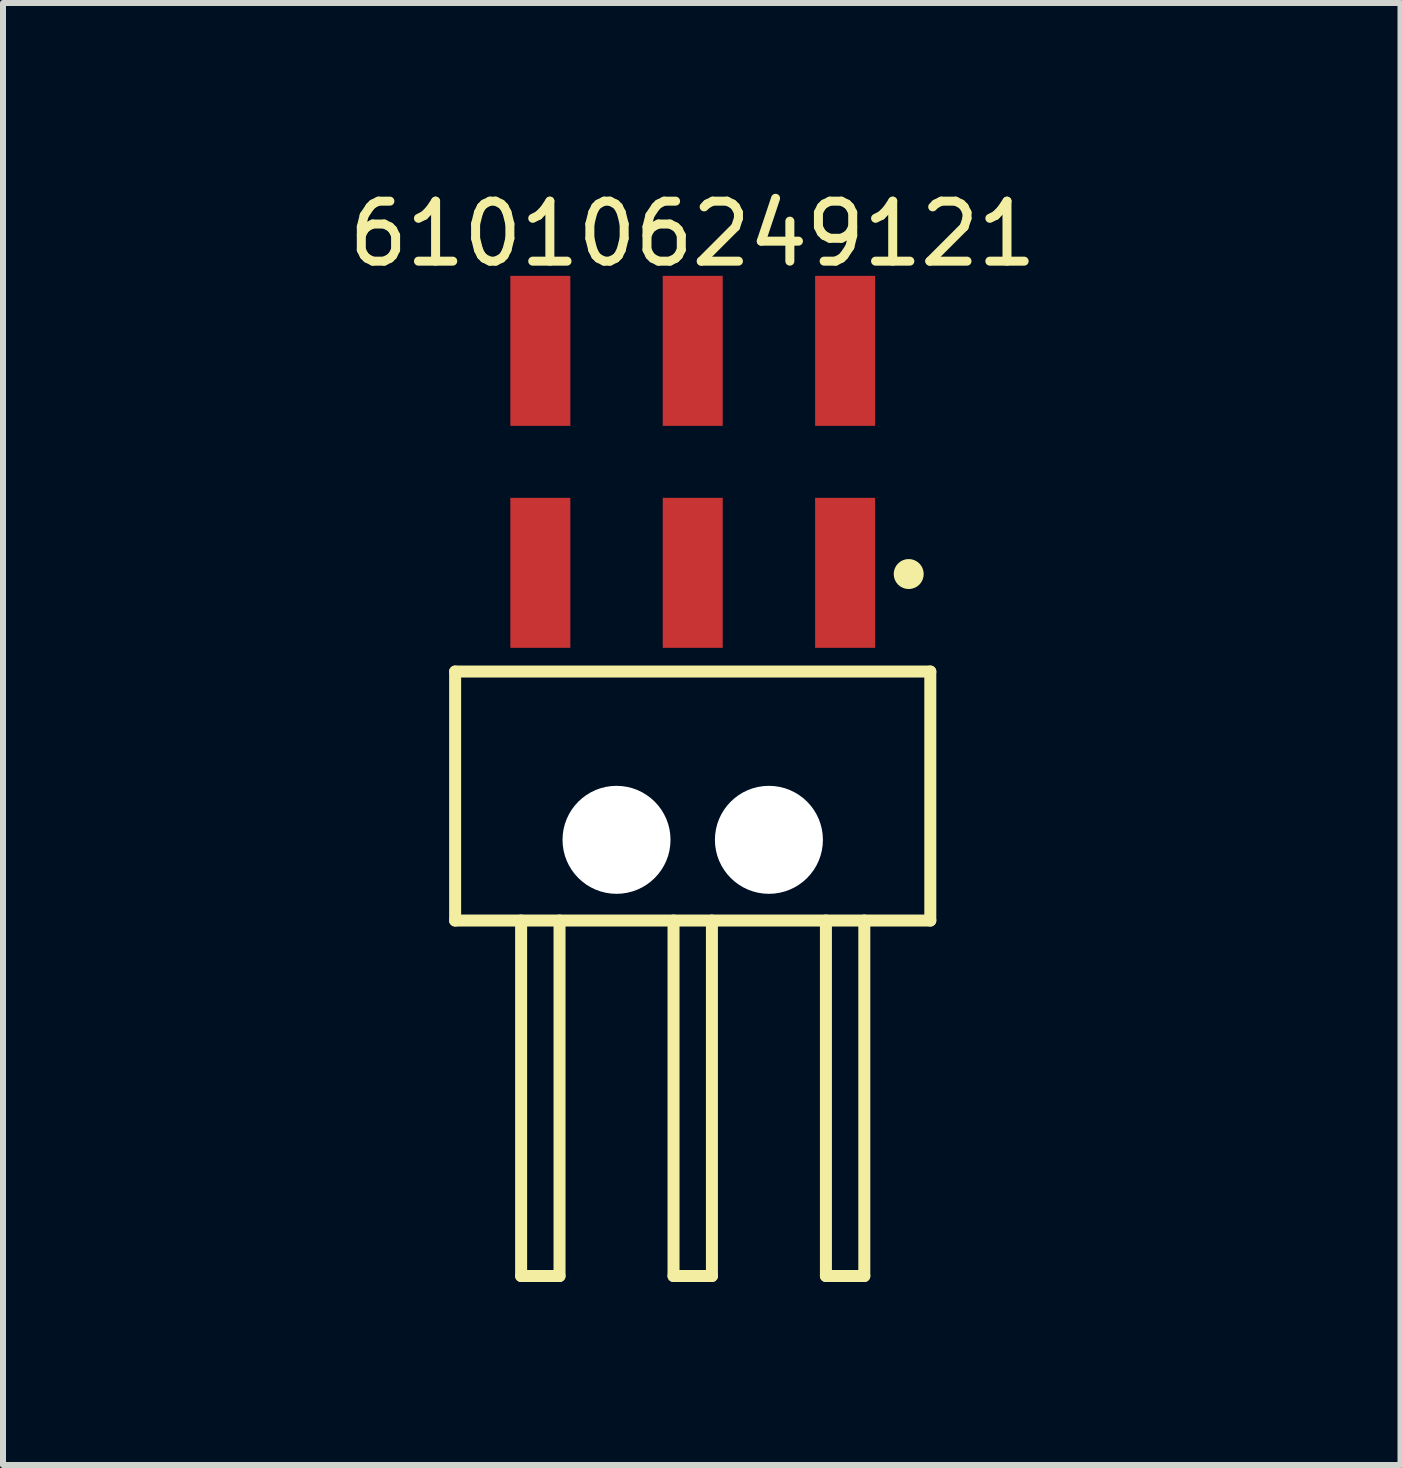
<source format=kicad_pcb>
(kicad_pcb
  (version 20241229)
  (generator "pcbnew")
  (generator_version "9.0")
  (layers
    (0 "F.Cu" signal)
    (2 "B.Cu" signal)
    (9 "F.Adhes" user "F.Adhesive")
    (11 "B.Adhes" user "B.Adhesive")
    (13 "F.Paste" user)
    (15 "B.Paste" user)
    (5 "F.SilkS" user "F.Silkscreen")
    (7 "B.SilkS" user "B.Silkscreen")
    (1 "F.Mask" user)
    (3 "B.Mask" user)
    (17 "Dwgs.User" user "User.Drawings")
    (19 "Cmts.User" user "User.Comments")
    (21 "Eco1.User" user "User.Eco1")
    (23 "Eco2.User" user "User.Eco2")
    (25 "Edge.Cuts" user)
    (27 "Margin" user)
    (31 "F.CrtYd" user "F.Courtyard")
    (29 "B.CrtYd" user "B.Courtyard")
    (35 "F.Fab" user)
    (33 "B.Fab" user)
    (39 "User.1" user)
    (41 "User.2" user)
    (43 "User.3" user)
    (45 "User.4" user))
  (footprint "610106249121"
    (layer "F.Cu")
    (at 8.496 10.218)
    (property "Reference" "610106249121" (at 0 -9.37 0) (layer "F.SilkS") (effects (font (size 1 1) (thickness 0.15))))
    (fp_line (start -3.96 -2.075) (end 3.96 -2.075) (stroke (width 0.2) (type solid)) (layer "F.SilkS"))
    (fp_line (start -3.96 2.075) (end -3.96 -2.075) (stroke (width 0.2) (type solid)) (layer "F.SilkS"))
    (fp_line (start -3.96 2.075) (end 3.96 2.075) (stroke (width 0.2) (type solid)) (layer "F.SilkS"))
    (fp_line (start -2.86 8) (end -2.86 2.075) (stroke (width 0.2) (type solid)) (layer "F.SilkS"))
    (fp_line (start -2.86 8) (end -2.22 8) (stroke (width 0.2) (type solid)) (layer "F.SilkS"))
    (fp_line (start -2.22 8) (end -2.22 2.075) (stroke (width 0.2) (type solid)) (layer "F.SilkS"))
    (fp_line (start -0.32 8) (end -0.32 2.075) (stroke (width 0.2) (type solid)) (layer "F.SilkS"))
    (fp_line (start -0.32 8) (end 0.32 8) (stroke (width 0.2) (type solid)) (layer "F.SilkS"))
    (fp_line (start 0.32 8) (end 0.32 2.075) (stroke (width 0.2) (type solid)) (layer "F.SilkS"))
    (fp_line (start 2.22 8) (end 2.22 2.075) (stroke (width 0.2) (type solid)) (layer "F.SilkS"))
    (fp_line (start 2.22 8) (end 2.86 8) (stroke (width 0.2) (type solid)) (layer "F.SilkS"))
    (fp_line (start 2.86 8) (end 2.86 2.075) (stroke (width 0.2) (type solid)) (layer "F.SilkS"))
    (fp_line (start 3.96 2.075) (end 3.96 -2.075) (stroke (width 0.2) (type solid)) (layer "F.SilkS"))
    (fp_circle (center 3.6 -3.7) (end 3.6 -3.825) (stroke (width 0.25) (type solid)) (fill no) (layer "F.SilkS"))
    (fp_line (start -4.16 -8.87) (end 4.16 -8.87) (stroke (width 0.05) (type solid)) (layer "Eco2.User"))
    (fp_line (start -4.16 8.125) (end -4.16 -8.87) (stroke (width 0.05) (type solid)) (layer "Eco2.User"))
    (fp_line (start -4.16 8.125) (end 4.16 8.125) (stroke (width 0.05) (type solid)) (layer "Eco2.User"))
    (fp_line (start -3.81 -2) (end 3.81 -2) (stroke (width 0.1) (type solid)) (layer "Eco2.User"))
    (fp_line (start -3.81 2) (end -3.81 -2) (stroke (width 0.1) (type solid)) (layer "Eco2.User"))
    (fp_line (start -3.81 2) (end 3.81 2) (stroke (width 0.1) (type solid)) (layer "Eco2.User"))
    (fp_line (start -2.87 -8.16) (end -2.23 -8.16) (stroke (width 0.1) (type solid)) (layer "Eco2.User"))
    (fp_line (start -2.87 -7.815) (end -2.87 -8.16) (stroke (width 0.1) (type solid)) (layer "Eco2.User"))
    (fp_line (start -2.87 -7.535) (end -2.87 -7.815) (stroke (width 0.1) (type solid)) (layer "Eco2.User"))
    (fp_line (start -2.87 -4.48) (end -2.23 -4.48) (stroke (width 0.1) (type solid)) (layer "Eco2.User"))
    (fp_line (start -2.87 -4.135) (end -2.87 -4.26) (stroke (width 0.1) (type solid)) (layer "Eco2.User"))
    (fp_line (start -2.87 -2) (end -2.87 -8.16) (stroke (width 0.1) (type solid)) (layer "Eco2.User"))
    (fp_line (start -2.86 8) (end -2.86 2) (stroke (width 0.1) (type solid)) (layer "Eco2.User"))
    (fp_line (start -2.86 8) (end -2.22 8) (stroke (width 0.1) (type solid)) (layer "Eco2.User"))
    (fp_line (start -2.23 -7.815) (end -2.23 -8.16) (stroke (width 0.1) (type solid)) (layer "Eco2.User"))
    (fp_line (start -2.23 -7.535) (end -2.23 -7.815) (stroke (width 0.1) (type solid)) (layer "Eco2.User"))
    (fp_line (start -2.23 -4.135) (end -2.23 -4.26) (stroke (width 0.1) (type solid)) (layer "Eco2.User"))
    (fp_line (start -2.23 -2) (end -2.23 -8.16) (stroke (width 0.1) (type solid)) (layer "Eco2.User"))
    (fp_line (start -2.22 8) (end -2.22 2) (stroke (width 0.1) (type solid)) (layer "Eco2.User"))
    (fp_line (start -0.5 0) (end 0.5 0) (stroke (width 0.05) (type solid)) (layer "Eco2.User"))
    (fp_line (start -0.33 -8.16) (end 0.31 -8.16) (stroke (width 0.1) (type solid)) (layer "Eco2.User"))
    (fp_line (start -0.33 -7.815) (end -0.33 -8.16) (stroke (width 0.1) (type solid)) (layer "Eco2.User"))
    (fp_line (start -0.33 -7.535) (end -0.33 -7.815) (stroke (width 0.1) (type solid)) (layer "Eco2.User"))
    (fp_line (start -0.33 -4.48) (end 0.31 -4.48) (stroke (width 0.1) (type solid)) (layer "Eco2.User"))
    (fp_line (start -0.33 -4.135) (end -0.33 -4.26) (stroke (width 0.1) (type solid)) (layer "Eco2.User"))
    (fp_line (start -0.33 -2) (end -0.33 -8.16) (stroke (width 0.1) (type solid)) (layer "Eco2.User"))
    (fp_line (start -0.32 8) (end -0.32 2) (stroke (width 0.1) (type solid)) (layer "Eco2.User"))
    (fp_line (start -0.32 8) (end 0.32 8) (stroke (width 0.1) (type solid)) (layer "Eco2.User"))
    (fp_line (start 0 0.5) (end 0 -0.5) (stroke (width 0.05) (type solid)) (layer "Eco2.User"))
    (fp_line (start 0.31 -7.815) (end 0.31 -8.16) (stroke (width 0.1) (type solid)) (layer "Eco2.User"))
    (fp_line (start 0.31 -7.535) (end 0.31 -7.815) (stroke (width 0.1) (type solid)) (layer "Eco2.User"))
    (fp_line (start 0.31 -4.135) (end 0.31 -4.26) (stroke (width 0.1) (type solid)) (layer "Eco2.User"))
    (fp_line (start 0.31 -2) (end 0.31 -8.16) (stroke (width 0.1) (type solid)) (layer "Eco2.User"))
    (fp_line (start 0.32 8) (end 0.32 2) (stroke (width 0.1) (type solid)) (layer "Eco2.User"))
    (fp_line (start 2.21 -8.16) (end 2.85 -8.16) (stroke (width 0.1) (type solid)) (layer "Eco2.User"))
    (fp_line (start 2.21 -7.815) (end 2.21 -8.16) (stroke (width 0.1) (type solid)) (layer "Eco2.User"))
    (fp_line (start 2.21 -7.535) (end 2.21 -7.815) (stroke (width 0.1) (type solid)) (layer "Eco2.User"))
    (fp_line (start 2.21 -4.48) (end 2.85 -4.48) (stroke (width 0.1) (type solid)) (layer "Eco2.User"))
    (fp_line (start 2.21 -4.135) (end 2.21 -4.26) (stroke (width 0.1) (type solid)) (layer "Eco2.User"))
    (fp_line (start 2.21 -2) (end 2.21 -8.16) (stroke (width 0.1) (type solid)) (layer "Eco2.User"))
    (fp_line (start 2.22 8) (end 2.22 2) (stroke (width 0.1) (type solid)) (layer "Eco2.User"))
    (fp_line (start 2.22 8) (end 2.86 8) (stroke (width 0.1) (type solid)) (layer "Eco2.User"))
    (fp_line (start 2.85 -7.815) (end 2.85 -8.16) (stroke (width 0.1) (type solid)) (layer "Eco2.User"))
    (fp_line (start 2.85 -7.535) (end 2.85 -7.815) (stroke (width 0.1) (type solid)) (layer "Eco2.User"))
    (fp_line (start 2.85 -4.135) (end 2.85 -4.26) (stroke (width 0.1) (type solid)) (layer "Eco2.User"))
    (fp_line (start 2.85 -2) (end 2.85 -8.16) (stroke (width 0.1) (type solid)) (layer "Eco2.User"))
    (fp_line (start 2.86 8) (end 2.86 2) (stroke (width 0.1) (type solid)) (layer "Eco2.User"))
    (fp_line (start 3.81 2) (end 3.81 -2) (stroke (width 0.1) (type solid)) (layer "Eco2.User"))
    (fp_line (start 4.16 8.125) (end 4.16 -8.87) (stroke (width 0.05) (type solid)) (layer "Eco2.User"))
    (fp_text user "${REFERENCE}" (at 0.15 -0.197 0) (unlocked yes) (layer "User.3") (effects (font (size 1.5 1.5) (thickness 0.15))))
    (pad "" np_thru_hole circle (at -1.27 0.73) (size 1.8 1.8) (drill 1.8) (layers "*.Cu" "*.Mask"))
    (pad "" np_thru_hole circle (at 1.27 0.73) (size 1.8 1.8) (drill 1.8) (layers "*.Cu" "*.Mask"))
    (pad "1" smd rect (at 2.54 -3.72) (size 1 2.5) (layers "F.Cu" "F.Mask" "F.Paste"))
    (pad "2" smd rect (at 2.54 -7.42) (size 1 2.5) (layers "F.Cu" "F.Mask" "F.Paste"))
    (pad "3" smd rect (at 0 -3.72) (size 1 2.5) (layers "F.Cu" "F.Mask" "F.Paste"))
    (pad "4" smd rect (at 0 -7.42) (size 1 2.5) (layers "F.Cu" "F.Mask" "F.Paste"))
    (pad "5" smd rect (at -2.54 -3.72) (size 1 2.5) (layers "F.Cu" "F.Mask" "F.Paste"))
    (pad "6" smd rect (at -2.54 -7.42) (size 1 2.5) (layers "F.Cu" "F.Mask" "F.Paste")))
  (gr_rect
    (start -3 -3)
    (end 20.293 21.368)
    (stroke (width 0.1) (type default))
    (fill no)
    (layer "Edge.Cuts")))
</source>
